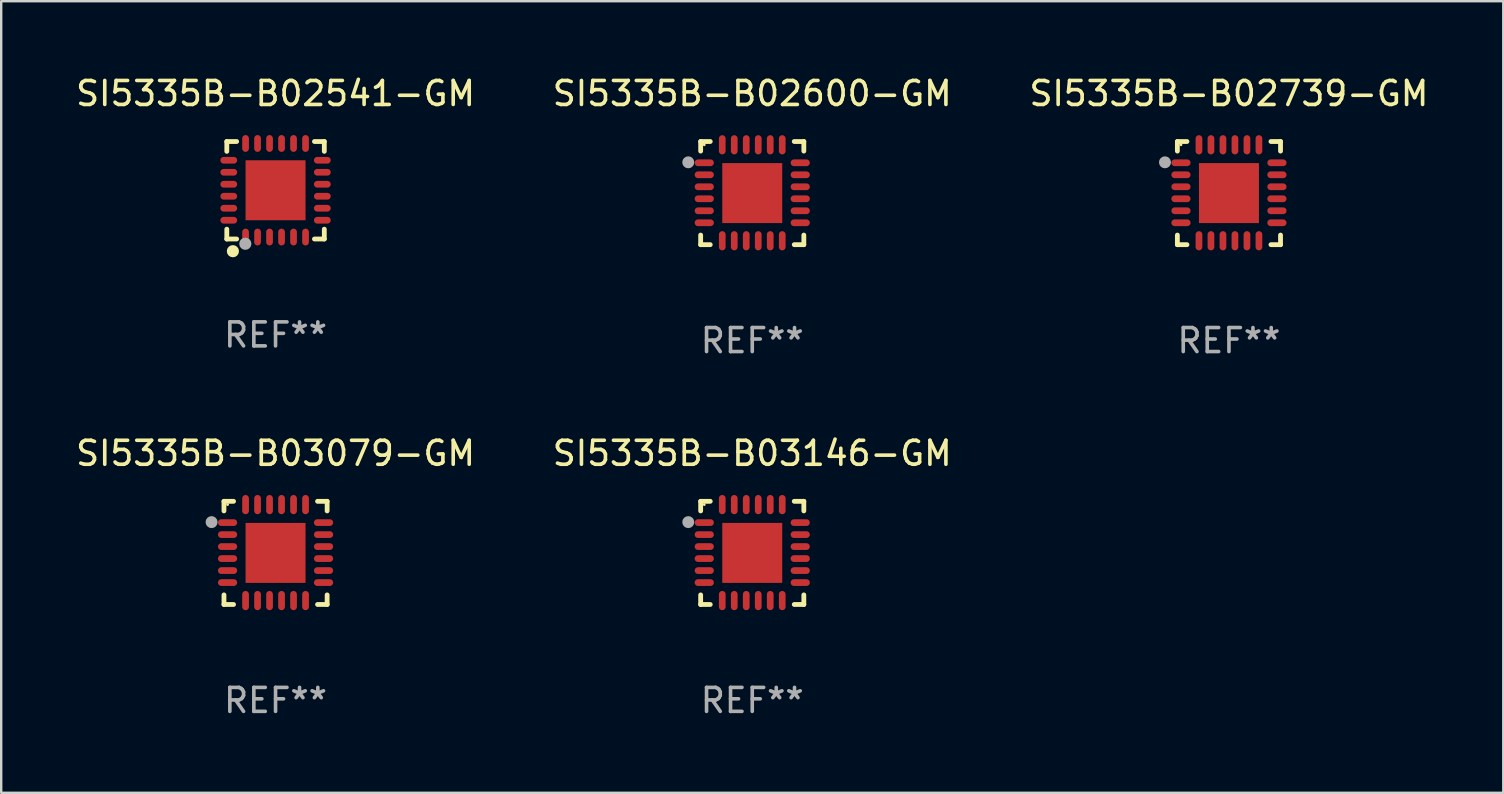
<source format=kicad_pcb>
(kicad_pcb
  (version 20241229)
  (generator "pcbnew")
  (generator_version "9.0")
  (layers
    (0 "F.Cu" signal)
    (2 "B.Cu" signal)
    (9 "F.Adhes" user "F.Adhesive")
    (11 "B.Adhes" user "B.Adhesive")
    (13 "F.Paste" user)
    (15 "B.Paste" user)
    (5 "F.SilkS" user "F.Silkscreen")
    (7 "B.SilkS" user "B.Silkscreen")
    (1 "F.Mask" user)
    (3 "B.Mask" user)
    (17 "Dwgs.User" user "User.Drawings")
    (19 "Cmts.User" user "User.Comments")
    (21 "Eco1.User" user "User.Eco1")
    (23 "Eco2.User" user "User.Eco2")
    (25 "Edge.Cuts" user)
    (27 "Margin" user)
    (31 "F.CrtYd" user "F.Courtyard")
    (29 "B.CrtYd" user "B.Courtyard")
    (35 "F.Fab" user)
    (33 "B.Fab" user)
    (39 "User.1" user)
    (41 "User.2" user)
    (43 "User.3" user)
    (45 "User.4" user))
  (footprint "SI5335B-B02739-GM"
    (layer "F.Cu")
    (at 48.173 4.998)
    (property "Reference" "SI5335B-B02739-GM" (at 0 -4.15 0) (layer "F.SilkS") (effects (font (size 1 1) (thickness 0.15))))
    (attr through_hole)
    (fp_line (start -2.15 -2.15) (end -1.75 -2.15) (stroke (width 0.2) (type solid)) (layer "F.SilkS"))
    (fp_line (start -2.15 -1.75) (end -2.15 -2.15) (stroke (width 0.2) (type solid)) (layer "F.SilkS"))
    (fp_line (start -2.15 2.15) (end -2.15 1.75) (stroke (width 0.2) (type solid)) (layer "F.SilkS"))
    (fp_line (start -1.75 2.15) (end -2.15 2.15) (stroke (width 0.2) (type solid)) (layer "F.SilkS"))
    (fp_line (start 1.75 -2.15) (end 2.15 -2.15) (stroke (width 0.2) (type solid)) (layer "F.SilkS"))
    (fp_line (start 1.75 2.15) (end 2.15 2.15) (stroke (width 0.2) (type solid)) (layer "F.SilkS"))
    (fp_line (start 2.15 -2.15) (end 2.15 -1.75) (stroke (width 0.2) (type solid)) (layer "F.SilkS"))
    (fp_line (start 2.15 2.15) (end 2.15 1.75) (stroke (width 0.2) (type solid)) (layer "F.SilkS"))
    (fp_circle (center -2 -2.013) (end -1.97 -2.013) (stroke (width 0.06) (type solid)) (fill no) (layer "F.SilkS"))
    (fp_circle (center -2.667 -1.283) (end -2.542 -1.283) (stroke (width 0.25) (type solid)) (fill no) (layer "F.Fab"))
    (fp_text user "REF**" (at 0 6.15 0) (layer "F.Fab") (effects (font (size 1 1) (thickness 0.15))))
    (pad "1" smd oval (at -2 -1.263) (size 0.8 0.28) (layers "F.Cu" "F.Mask" "F.Paste"))
    (pad "2" smd oval (at -2 -0.763) (size 0.8 0.28) (layers "F.Cu" "F.Mask" "F.Paste"))
    (pad "3" smd oval (at -2 -0.263) (size 0.8 0.28) (layers "F.Cu" "F.Mask" "F.Paste"))
    (pad "4" smd oval (at -2 0.237) (size 0.8 0.28) (layers "F.Cu" "F.Mask" "F.Paste"))
    (pad "5" smd oval (at -2 0.737) (size 0.8 0.28) (layers "F.Cu" "F.Mask" "F.Paste"))
    (pad "6" smd oval (at -2 1.237) (size 0.8 0.28) (layers "F.Cu" "F.Mask" "F.Paste"))
    (pad "7" smd oval (at -1.25 1.987) (size 0.28 0.8) (layers "F.Cu" "F.Mask" "F.Paste"))
    (pad "8" smd oval (at -0.75 1.987) (size 0.28 0.8) (layers "F.Cu" "F.Mask" "F.Paste"))
    (pad "9" smd oval (at -0.25 1.987) (size 0.28 0.8) (layers "F.Cu" "F.Mask" "F.Paste"))
    (pad "10" smd oval (at 0.25 1.987) (size 0.28 0.8) (layers "F.Cu" "F.Mask" "F.Paste"))
    (pad "11" smd oval (at 0.75 1.987) (size 0.28 0.8) (layers "F.Cu" "F.Mask" "F.Paste"))
    (pad "12" smd oval (at 1.25 1.987) (size 0.28 0.8) (layers "F.Cu" "F.Mask" "F.Paste"))
    (pad "13" smd oval (at 2 1.237) (size 0.8 0.28) (layers "F.Cu" "F.Mask" "F.Paste"))
    (pad "14" smd oval (at 2 0.737) (size 0.8 0.28) (layers "F.Cu" "F.Mask" "F.Paste"))
    (pad "15" smd oval (at 2 0.237) (size 0.8 0.28) (layers "F.Cu" "F.Mask" "F.Paste"))
    (pad "16" smd oval (at 2 -0.263) (size 0.8 0.28) (layers "F.Cu" "F.Mask" "F.Paste"))
    (pad "17" smd oval (at 2 -0.763) (size 0.8 0.28) (layers "F.Cu" "F.Mask" "F.Paste"))
    (pad "18" smd oval (at 2 -1.263) (size 0.8 0.28) (layers "F.Cu" "F.Mask" "F.Paste"))
    (pad "19" smd oval (at 1.25 -2.013) (size 0.28 0.8) (layers "F.Cu" "F.Mask" "F.Paste"))
    (pad "20" smd oval (at 0.75 -2.013) (size 0.28 0.8) (layers "F.Cu" "F.Mask" "F.Paste"))
    (pad "21" smd oval (at 0.25 -2.013) (size 0.28 0.8) (layers "F.Cu" "F.Mask" "F.Paste"))
    (pad "22" smd oval (at -0.25 -2.013) (size 0.28 0.8) (layers "F.Cu" "F.Mask" "F.Paste"))
    (pad "23" smd oval (at -0.75 -2.013) (size 0.28 0.8) (layers "F.Cu" "F.Mask" "F.Paste"))
    (pad "24" smd oval (at -1.25 -2.013) (size 0.28 0.8) (layers "F.Cu" "F.Mask" "F.Paste"))
    (pad "25" smd rect (at -0.000127 -0.00014) (size 2.5 2.5) (layers "F.Cu" "F.Mask" "F.Paste")))
  (footprint "SI5335B-B03146-GM"
    (layer "F.Cu")
    (at 28.304 19.995)
    (property "Reference" "SI5335B-B03146-GM" (at 0 -4.15 0) (layer "F.SilkS") (effects (font (size 1 1) (thickness 0.15))))
    (attr through_hole)
    (fp_line (start -2.15 -2.15) (end -1.75 -2.15) (stroke (width 0.2) (type solid)) (layer "F.SilkS"))
    (fp_line (start -2.15 -1.75) (end -2.15 -2.15) (stroke (width 0.2) (type solid)) (layer "F.SilkS"))
    (fp_line (start -2.15 2.15) (end -2.15 1.75) (stroke (width 0.2) (type solid)) (layer "F.SilkS"))
    (fp_line (start -1.75 2.15) (end -2.15 2.15) (stroke (width 0.2) (type solid)) (layer "F.SilkS"))
    (fp_line (start 1.75 -2.15) (end 2.15 -2.15) (stroke (width 0.2) (type solid)) (layer "F.SilkS"))
    (fp_line (start 1.75 2.15) (end 2.15 2.15) (stroke (width 0.2) (type solid)) (layer "F.SilkS"))
    (fp_line (start 2.15 -2.15) (end 2.15 -1.75) (stroke (width 0.2) (type solid)) (layer "F.SilkS"))
    (fp_line (start 2.15 2.15) (end 2.15 1.75) (stroke (width 0.2) (type solid)) (layer "F.SilkS"))
    (fp_circle (center -2 -2.013) (end -1.97 -2.013) (stroke (width 0.06) (type solid)) (fill no) (layer "F.SilkS"))
    (fp_circle (center -2.667 -1.283) (end -2.542 -1.283) (stroke (width 0.25) (type solid)) (fill no) (layer "F.Fab"))
    (fp_text user "REF**" (at 0 6.15 0) (layer "F.Fab") (effects (font (size 1 1) (thickness 0.15))))
    (pad "1" smd oval (at -2 -1.263) (size 0.8 0.28) (layers "F.Cu" "F.Mask" "F.Paste"))
    (pad "2" smd oval (at -2 -0.763) (size 0.8 0.28) (layers "F.Cu" "F.Mask" "F.Paste"))
    (pad "3" smd oval (at -2 -0.263) (size 0.8 0.28) (layers "F.Cu" "F.Mask" "F.Paste"))
    (pad "4" smd oval (at -2 0.237) (size 0.8 0.28) (layers "F.Cu" "F.Mask" "F.Paste"))
    (pad "5" smd oval (at -2 0.737) (size 0.8 0.28) (layers "F.Cu" "F.Mask" "F.Paste"))
    (pad "6" smd oval (at -2 1.237) (size 0.8 0.28) (layers "F.Cu" "F.Mask" "F.Paste"))
    (pad "7" smd oval (at -1.25 1.987) (size 0.28 0.8) (layers "F.Cu" "F.Mask" "F.Paste"))
    (pad "8" smd oval (at -0.75 1.987) (size 0.28 0.8) (layers "F.Cu" "F.Mask" "F.Paste"))
    (pad "9" smd oval (at -0.25 1.987) (size 0.28 0.8) (layers "F.Cu" "F.Mask" "F.Paste"))
    (pad "10" smd oval (at 0.25 1.987) (size 0.28 0.8) (layers "F.Cu" "F.Mask" "F.Paste"))
    (pad "11" smd oval (at 0.75 1.987) (size 0.28 0.8) (layers "F.Cu" "F.Mask" "F.Paste"))
    (pad "12" smd oval (at 1.25 1.987) (size 0.28 0.8) (layers "F.Cu" "F.Mask" "F.Paste"))
    (pad "13" smd oval (at 2 1.237) (size 0.8 0.28) (layers "F.Cu" "F.Mask" "F.Paste"))
    (pad "14" smd oval (at 2 0.737) (size 0.8 0.28) (layers "F.Cu" "F.Mask" "F.Paste"))
    (pad "15" smd oval (at 2 0.237) (size 0.8 0.28) (layers "F.Cu" "F.Mask" "F.Paste"))
    (pad "16" smd oval (at 2 -0.263) (size 0.8 0.28) (layers "F.Cu" "F.Mask" "F.Paste"))
    (pad "17" smd oval (at 2 -0.763) (size 0.8 0.28) (layers "F.Cu" "F.Mask" "F.Paste"))
    (pad "18" smd oval (at 2 -1.263) (size 0.8 0.28) (layers "F.Cu" "F.Mask" "F.Paste"))
    (pad "19" smd oval (at 1.25 -2.013) (size 0.28 0.8) (layers "F.Cu" "F.Mask" "F.Paste"))
    (pad "20" smd oval (at 0.75 -2.013) (size 0.28 0.8) (layers "F.Cu" "F.Mask" "F.Paste"))
    (pad "21" smd oval (at 0.25 -2.013) (size 0.28 0.8) (layers "F.Cu" "F.Mask" "F.Paste"))
    (pad "22" smd oval (at -0.25 -2.013) (size 0.28 0.8) (layers "F.Cu" "F.Mask" "F.Paste"))
    (pad "23" smd oval (at -0.75 -2.013) (size 0.28 0.8) (layers "F.Cu" "F.Mask" "F.Paste"))
    (pad "24" smd oval (at -1.25 -2.013) (size 0.28 0.8) (layers "F.Cu" "F.Mask" "F.Paste"))
    (pad "25" smd rect (at -0.000127 -0.00014) (size 2.5 2.5) (layers "F.Cu" "F.Mask" "F.Paste")))
  (footprint "SI5335B-B02541-GM"
    (layer "F.Cu")
    (at 8.435 4.88)
    (property "Reference" "SI5335B-B02541-GM" (at 0 -4.032 0) (layer "F.SilkS") (effects (font (size 1 1) (thickness 0.15))))
    (attr through_hole)
    (fp_line (start -2.032 -2.032) (end -1.621 -2.032) (stroke (width 0.2) (type solid)) (layer "F.SilkS"))
    (fp_line (start -2.032 -1.621) (end -2.032 -2.032) (stroke (width 0.2) (type solid)) (layer "F.SilkS"))
    (fp_line (start -2.032 2.032) (end -2.032 1.621) (stroke (width 0.2) (type solid)) (layer "F.SilkS"))
    (fp_line (start -1.621 2.032) (end -2.032 2.032) (stroke (width 0.2) (type solid)) (layer "F.SilkS"))
    (fp_line (start 1.621 -2.032) (end 2.032 -2.032) (stroke (width 0.2) (type solid)) (layer "F.SilkS"))
    (fp_line (start 2.032 -2.032) (end 2.032 -1.621) (stroke (width 0.2) (type solid)) (layer "F.SilkS"))
    (fp_line (start 2.032 1.621) (end 2.032 2.032) (stroke (width 0.2) (type solid)) (layer "F.SilkS"))
    (fp_line (start 2.032 2.032) (end 1.621 2.032) (stroke (width 0.2) (type solid)) (layer "F.SilkS"))
    (fp_circle (center -2 2) (end -1.97 2) (stroke (width 0.06) (type solid)) (fill no) (layer "F.SilkS"))
    (fp_circle (center -1.778 2.54) (end -1.651 2.54) (stroke (width 0.254) (type solid)) (fill no) (layer "F.SilkS"))
    (fp_circle (center -1.26 2.23) (end -1.133 2.23) (stroke (width 0.254) (type solid)) (fill no) (layer "F.Fab"))
    (fp_text user "REF**" (at 0 6.032 0) (layer "F.Fab") (effects (font (size 1 1) (thickness 0.15))))
    (pad "1" smd oval (at -1.25 1.95 180) (size 0.28 0.7) (layers "F.Cu" "F.Mask" "F.Paste"))
    (pad "2" smd oval (at -0.75 1.95 180) (size 0.28 0.7) (layers "F.Cu" "F.Mask" "F.Paste"))
    (pad "3" smd oval (at -0.25 1.95 180) (size 0.28 0.7) (layers "F.Cu" "F.Mask" "F.Paste"))
    (pad "4" smd oval (at 0.25 1.95 180) (size 0.28 0.7) (layers "F.Cu" "F.Mask" "F.Paste"))
    (pad "5" smd oval (at 0.75 1.95 180) (size 0.28 0.7) (layers "F.Cu" "F.Mask" "F.Paste"))
    (pad "6" smd oval (at 1.25 1.95 180) (size 0.28 0.7) (layers "F.Cu" "F.Mask" "F.Paste"))
    (pad "7" smd oval (at 1.95 1.25 270) (size 0.28 0.7) (layers "F.Cu" "F.Mask" "F.Paste"))
    (pad "8" smd oval (at 1.95 0.75 270) (size 0.28 0.7) (layers "F.Cu" "F.Mask" "F.Paste"))
    (pad "9" smd oval (at 1.95 0.25 270) (size 0.28 0.7) (layers "F.Cu" "F.Mask" "F.Paste"))
    (pad "10" smd oval (at 1.95 -0.25 270) (size 0.28 0.7) (layers "F.Cu" "F.Mask" "F.Paste"))
    (pad "11" smd oval (at 1.95 -0.75 270) (size 0.28 0.7) (layers "F.Cu" "F.Mask" "F.Paste"))
    (pad "12" smd oval (at 1.95 -1.25 270) (size 0.28 0.7) (layers "F.Cu" "F.Mask" "F.Paste"))
    (pad "13" smd oval (at 1.25 -1.95) (size 0.28 0.7) (layers "F.Cu" "F.Mask" "F.Paste"))
    (pad "14" smd oval (at 0.75 -1.95) (size 0.28 0.7) (layers "F.Cu" "F.Mask" "F.Paste"))
    (pad "15" smd oval (at 0.25 -1.95) (size 0.28 0.7) (layers "F.Cu" "F.Mask" "F.Paste"))
    (pad "16" smd oval (at -0.25 -1.95) (size 0.28 0.7) (layers "F.Cu" "F.Mask" "F.Paste"))
    (pad "17" smd oval (at -0.75 -1.95) (size 0.28 0.7) (layers "F.Cu" "F.Mask" "F.Paste"))
    (pad "18" smd oval (at -1.25 -1.95) (size 0.28 0.7) (layers "F.Cu" "F.Mask" "F.Paste"))
    (pad "19" smd oval (at -1.95 -1.25 90) (size 0.28 0.7) (layers "F.Cu" "F.Mask" "F.Paste"))
    (pad "20" smd oval (at -1.95 -0.75 90) (size 0.28 0.7) (layers "F.Cu" "F.Mask" "F.Paste"))
    (pad "21" smd oval (at -1.95 -0.25 90) (size 0.28 0.7) (layers "F.Cu" "F.Mask" "F.Paste"))
    (pad "22" smd oval (at -1.95 0.25 90) (size 0.28 0.7) (layers "F.Cu" "F.Mask" "F.Paste"))
    (pad "23" smd oval (at -1.95 0.75 90) (size 0.28 0.7) (layers "F.Cu" "F.Mask" "F.Paste"))
    (pad "24" smd oval (at -1.95 1.25 90) (size 0.28 0.7) (layers "F.Cu" "F.Mask" "F.Paste"))
    (pad "25" smd rect (at -0.000178 0.000025 90) (size 2.5 2.5) (layers "F.Cu" "F.Mask" "F.Paste")))
  (footprint "SI5335B-B03079-GM"
    (layer "F.Cu")
    (at 8.435 19.995)
    (property "Reference" "SI5335B-B03079-GM" (at 0 -4.15 0) (layer "F.SilkS") (effects (font (size 1 1) (thickness 0.15))))
    (attr through_hole)
    (fp_line (start -2.15 -2.15) (end -1.75 -2.15) (stroke (width 0.2) (type solid)) (layer "F.SilkS"))
    (fp_line (start -2.15 -1.75) (end -2.15 -2.15) (stroke (width 0.2) (type solid)) (layer "F.SilkS"))
    (fp_line (start -2.15 2.15) (end -2.15 1.75) (stroke (width 0.2) (type solid)) (layer "F.SilkS"))
    (fp_line (start -1.75 2.15) (end -2.15 2.15) (stroke (width 0.2) (type solid)) (layer "F.SilkS"))
    (fp_line (start 1.75 -2.15) (end 2.15 -2.15) (stroke (width 0.2) (type solid)) (layer "F.SilkS"))
    (fp_line (start 1.75 2.15) (end 2.15 2.15) (stroke (width 0.2) (type solid)) (layer "F.SilkS"))
    (fp_line (start 2.15 -2.15) (end 2.15 -1.75) (stroke (width 0.2) (type solid)) (layer "F.SilkS"))
    (fp_line (start 2.15 2.15) (end 2.15 1.75) (stroke (width 0.2) (type solid)) (layer "F.SilkS"))
    (fp_circle (center -2 -2.013) (end -1.97 -2.013) (stroke (width 0.06) (type solid)) (fill no) (layer "F.SilkS"))
    (fp_circle (center -2.667 -1.283) (end -2.542 -1.283) (stroke (width 0.25) (type solid)) (fill no) (layer "F.Fab"))
    (fp_text user "REF**" (at 0 6.15 0) (layer "F.Fab") (effects (font (size 1 1) (thickness 0.15))))
    (pad "1" smd oval (at -2 -1.263) (size 0.8 0.28) (layers "F.Cu" "F.Mask" "F.Paste"))
    (pad "2" smd oval (at -2 -0.763) (size 0.8 0.28) (layers "F.Cu" "F.Mask" "F.Paste"))
    (pad "3" smd oval (at -2 -0.263) (size 0.8 0.28) (layers "F.Cu" "F.Mask" "F.Paste"))
    (pad "4" smd oval (at -2 0.237) (size 0.8 0.28) (layers "F.Cu" "F.Mask" "F.Paste"))
    (pad "5" smd oval (at -2 0.737) (size 0.8 0.28) (layers "F.Cu" "F.Mask" "F.Paste"))
    (pad "6" smd oval (at -2 1.237) (size 0.8 0.28) (layers "F.Cu" "F.Mask" "F.Paste"))
    (pad "7" smd oval (at -1.25 1.987) (size 0.28 0.8) (layers "F.Cu" "F.Mask" "F.Paste"))
    (pad "8" smd oval (at -0.75 1.987) (size 0.28 0.8) (layers "F.Cu" "F.Mask" "F.Paste"))
    (pad "9" smd oval (at -0.25 1.987) (size 0.28 0.8) (layers "F.Cu" "F.Mask" "F.Paste"))
    (pad "10" smd oval (at 0.25 1.987) (size 0.28 0.8) (layers "F.Cu" "F.Mask" "F.Paste"))
    (pad "11" smd oval (at 0.75 1.987) (size 0.28 0.8) (layers "F.Cu" "F.Mask" "F.Paste"))
    (pad "12" smd oval (at 1.25 1.987) (size 0.28 0.8) (layers "F.Cu" "F.Mask" "F.Paste"))
    (pad "13" smd oval (at 2 1.237) (size 0.8 0.28) (layers "F.Cu" "F.Mask" "F.Paste"))
    (pad "14" smd oval (at 2 0.737) (size 0.8 0.28) (layers "F.Cu" "F.Mask" "F.Paste"))
    (pad "15" smd oval (at 2 0.237) (size 0.8 0.28) (layers "F.Cu" "F.Mask" "F.Paste"))
    (pad "16" smd oval (at 2 -0.263) (size 0.8 0.28) (layers "F.Cu" "F.Mask" "F.Paste"))
    (pad "17" smd oval (at 2 -0.763) (size 0.8 0.28) (layers "F.Cu" "F.Mask" "F.Paste"))
    (pad "18" smd oval (at 2 -1.263) (size 0.8 0.28) (layers "F.Cu" "F.Mask" "F.Paste"))
    (pad "19" smd oval (at 1.25 -2.013) (size 0.28 0.8) (layers "F.Cu" "F.Mask" "F.Paste"))
    (pad "20" smd oval (at 0.75 -2.013) (size 0.28 0.8) (layers "F.Cu" "F.Mask" "F.Paste"))
    (pad "21" smd oval (at 0.25 -2.013) (size 0.28 0.8) (layers "F.Cu" "F.Mask" "F.Paste"))
    (pad "22" smd oval (at -0.25 -2.013) (size 0.28 0.8) (layers "F.Cu" "F.Mask" "F.Paste"))
    (pad "23" smd oval (at -0.75 -2.013) (size 0.28 0.8) (layers "F.Cu" "F.Mask" "F.Paste"))
    (pad "24" smd oval (at -1.25 -2.013) (size 0.28 0.8) (layers "F.Cu" "F.Mask" "F.Paste"))
    (pad "25" smd rect (at -0.000127 -0.00014) (size 2.5 2.5) (layers "F.Cu" "F.Mask" "F.Paste")))
  (footprint "SI5335B-B02600-GM"
    (layer "F.Cu")
    (at 28.304 4.998)
    (property "Reference" "SI5335B-B02600-GM" (at 0 -4.15 0) (layer "F.SilkS") (effects (font (size 1 1) (thickness 0.15))))
    (attr through_hole)
    (fp_line (start -2.15 -2.15) (end -1.75 -2.15) (stroke (width 0.2) (type solid)) (layer "F.SilkS"))
    (fp_line (start -2.15 -1.75) (end -2.15 -2.15) (stroke (width 0.2) (type solid)) (layer "F.SilkS"))
    (fp_line (start -2.15 2.15) (end -2.15 1.75) (stroke (width 0.2) (type solid)) (layer "F.SilkS"))
    (fp_line (start -1.75 2.15) (end -2.15 2.15) (stroke (width 0.2) (type solid)) (layer "F.SilkS"))
    (fp_line (start 1.75 -2.15) (end 2.15 -2.15) (stroke (width 0.2) (type solid)) (layer "F.SilkS"))
    (fp_line (start 1.75 2.15) (end 2.15 2.15) (stroke (width 0.2) (type solid)) (layer "F.SilkS"))
    (fp_line (start 2.15 -2.15) (end 2.15 -1.75) (stroke (width 0.2) (type solid)) (layer "F.SilkS"))
    (fp_line (start 2.15 2.15) (end 2.15 1.75) (stroke (width 0.2) (type solid)) (layer "F.SilkS"))
    (fp_circle (center -2 -2.013) (end -1.97 -2.013) (stroke (width 0.06) (type solid)) (fill no) (layer "F.SilkS"))
    (fp_circle (center -2.667 -1.283) (end -2.542 -1.283) (stroke (width 0.25) (type solid)) (fill no) (layer "F.Fab"))
    (fp_text user "REF**" (at 0 6.15 0) (layer "F.Fab") (effects (font (size 1 1) (thickness 0.15))))
    (pad "1" smd oval (at -2 -1.263) (size 0.8 0.28) (layers "F.Cu" "F.Mask" "F.Paste"))
    (pad "2" smd oval (at -2 -0.763) (size 0.8 0.28) (layers "F.Cu" "F.Mask" "F.Paste"))
    (pad "3" smd oval (at -2 -0.263) (size 0.8 0.28) (layers "F.Cu" "F.Mask" "F.Paste"))
    (pad "4" smd oval (at -2 0.237) (size 0.8 0.28) (layers "F.Cu" "F.Mask" "F.Paste"))
    (pad "5" smd oval (at -2 0.737) (size 0.8 0.28) (layers "F.Cu" "F.Mask" "F.Paste"))
    (pad "6" smd oval (at -2 1.237) (size 0.8 0.28) (layers "F.Cu" "F.Mask" "F.Paste"))
    (pad "7" smd oval (at -1.25 1.987) (size 0.28 0.8) (layers "F.Cu" "F.Mask" "F.Paste"))
    (pad "8" smd oval (at -0.75 1.987) (size 0.28 0.8) (layers "F.Cu" "F.Mask" "F.Paste"))
    (pad "9" smd oval (at -0.25 1.987) (size 0.28 0.8) (layers "F.Cu" "F.Mask" "F.Paste"))
    (pad "10" smd oval (at 0.25 1.987) (size 0.28 0.8) (layers "F.Cu" "F.Mask" "F.Paste"))
    (pad "11" smd oval (at 0.75 1.987) (size 0.28 0.8) (layers "F.Cu" "F.Mask" "F.Paste"))
    (pad "12" smd oval (at 1.25 1.987) (size 0.28 0.8) (layers "F.Cu" "F.Mask" "F.Paste"))
    (pad "13" smd oval (at 2 1.237) (size 0.8 0.28) (layers "F.Cu" "F.Mask" "F.Paste"))
    (pad "14" smd oval (at 2 0.737) (size 0.8 0.28) (layers "F.Cu" "F.Mask" "F.Paste"))
    (pad "15" smd oval (at 2 0.237) (size 0.8 0.28) (layers "F.Cu" "F.Mask" "F.Paste"))
    (pad "16" smd oval (at 2 -0.263) (size 0.8 0.28) (layers "F.Cu" "F.Mask" "F.Paste"))
    (pad "17" smd oval (at 2 -0.763) (size 0.8 0.28) (layers "F.Cu" "F.Mask" "F.Paste"))
    (pad "18" smd oval (at 2 -1.263) (size 0.8 0.28) (layers "F.Cu" "F.Mask" "F.Paste"))
    (pad "19" smd oval (at 1.25 -2.013) (size 0.28 0.8) (layers "F.Cu" "F.Mask" "F.Paste"))
    (pad "20" smd oval (at 0.75 -2.013) (size 0.28 0.8) (layers "F.Cu" "F.Mask" "F.Paste"))
    (pad "21" smd oval (at 0.25 -2.013) (size 0.28 0.8) (layers "F.Cu" "F.Mask" "F.Paste"))
    (pad "22" smd oval (at -0.25 -2.013) (size 0.28 0.8) (layers "F.Cu" "F.Mask" "F.Paste"))
    (pad "23" smd oval (at -0.75 -2.013) (size 0.28 0.8) (layers "F.Cu" "F.Mask" "F.Paste"))
    (pad "24" smd oval (at -1.25 -2.013) (size 0.28 0.8) (layers "F.Cu" "F.Mask" "F.Paste"))
    (pad "25" smd rect (at -0.000127 -0.00014) (size 2.5 2.5) (layers "F.Cu" "F.Mask" "F.Paste")))
  (gr_rect
    (start -3 -3)
    (end 59.607 29.993)
    (stroke (width 0.1) (type default))
    (fill no)
    (layer "Edge.Cuts")))
</source>
